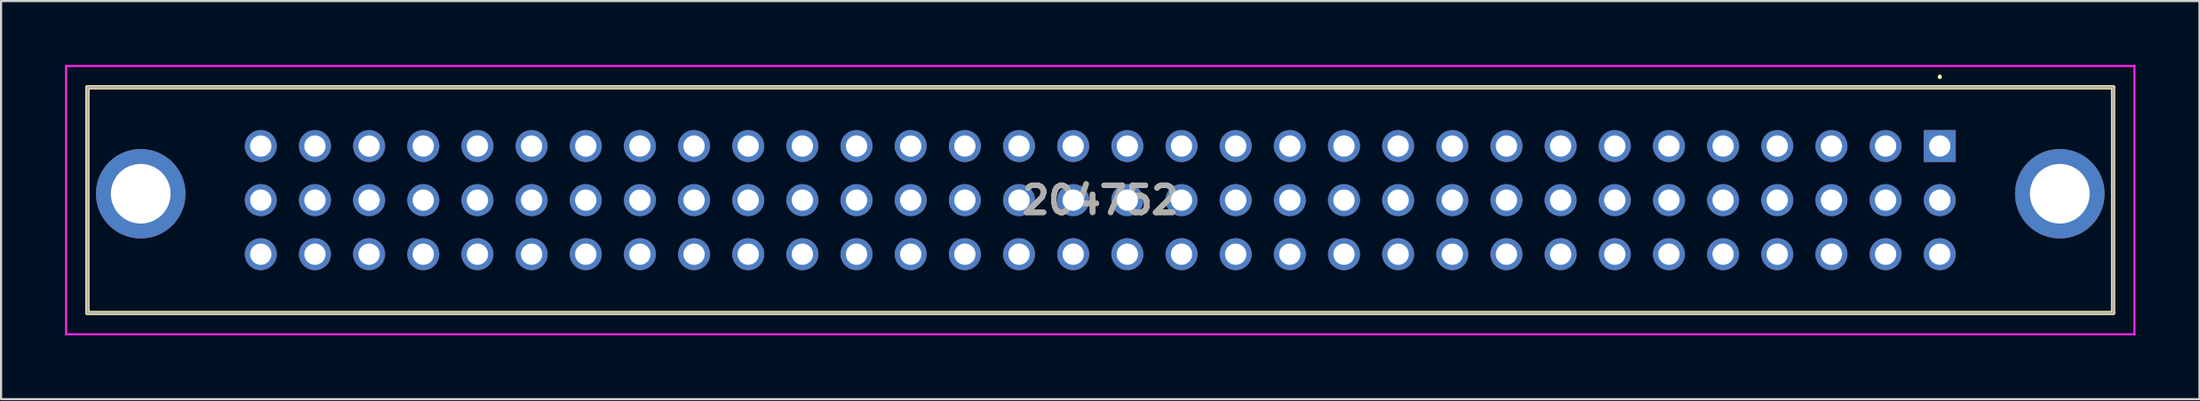
<source format=kicad_pcb>
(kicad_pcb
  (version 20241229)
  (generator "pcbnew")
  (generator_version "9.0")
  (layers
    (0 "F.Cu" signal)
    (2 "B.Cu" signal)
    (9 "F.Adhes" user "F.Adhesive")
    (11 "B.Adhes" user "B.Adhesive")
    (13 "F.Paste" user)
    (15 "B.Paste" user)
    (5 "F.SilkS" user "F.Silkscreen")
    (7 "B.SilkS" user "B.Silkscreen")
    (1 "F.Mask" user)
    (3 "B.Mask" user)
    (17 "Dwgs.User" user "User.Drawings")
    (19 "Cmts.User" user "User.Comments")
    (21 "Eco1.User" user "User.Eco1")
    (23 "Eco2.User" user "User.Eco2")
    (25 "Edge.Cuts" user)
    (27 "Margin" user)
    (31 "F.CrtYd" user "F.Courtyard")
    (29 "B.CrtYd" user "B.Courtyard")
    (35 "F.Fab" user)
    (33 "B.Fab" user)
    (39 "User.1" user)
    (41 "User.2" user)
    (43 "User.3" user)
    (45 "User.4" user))
  (footprint "204752"
    (layer "F.Cu")
    (at 87.92 3.81)
    (property "Reference" "204752" (at -39.37 2.54 0) (layer "F.SilkS") (effects (font (size 1.27 1.27) (thickness 0.254))))
    (attr through_hole)
    (fp_line (start -86.87 -2.76) (end 8.13 -2.76) (stroke (width 0.2) (type solid)) (layer "F.SilkS"))
    (fp_line (start -86.87 7.84) (end -86.87 -2.76) (stroke (width 0.2) (type solid)) (layer "F.SilkS"))
    (fp_line (start 0 -3.3) (end 0 -3.3) (stroke (width 0.1) (type solid)) (layer "F.SilkS"))
    (fp_line (start 0 -3.2) (end 0 -3.2) (stroke (width 0.1) (type solid)) (layer "F.SilkS"))
    (fp_line (start 8.13 -2.76) (end 8.13 7.84) (stroke (width 0.2) (type solid)) (layer "F.SilkS"))
    (fp_line (start 8.13 7.84) (end -86.87 7.84) (stroke (width 0.2) (type solid)) (layer "F.SilkS"))
    (fp_arc (start 0 -3.3) (mid 0.05 -3.25) (end 0 -3.2) (stroke (width 0.1) (type solid)) (layer "F.SilkS"))
    (fp_arc (start 0 -3.2) (mid -0.05 -3.25) (end 0 -3.3) (stroke (width 0.1) (type solid)) (layer "F.SilkS"))
    (fp_line (start -87.87 -3.76) (end 9.13 -3.76) (stroke (width 0.1) (type solid)) (layer "F.CrtYd"))
    (fp_line (start -87.87 8.84) (end -87.87 -3.76) (stroke (width 0.1) (type solid)) (layer "F.CrtYd"))
    (fp_line (start 9.13 -3.76) (end 9.13 8.84) (stroke (width 0.1) (type solid)) (layer "F.CrtYd"))
    (fp_line (start 9.13 8.84) (end -87.87 8.84) (stroke (width 0.1) (type solid)) (layer "F.CrtYd"))
    (fp_line (start -86.87 -2.76) (end 8.13 -2.76) (stroke (width 0.1) (type solid)) (layer "F.Fab"))
    (fp_line (start -86.87 7.84) (end -86.87 -2.76) (stroke (width 0.1) (type solid)) (layer "F.Fab"))
    (fp_line (start 8.13 -2.76) (end 8.13 7.84) (stroke (width 0.1) (type solid)) (layer "F.Fab"))
    (fp_line (start 8.13 7.84) (end -86.87 7.84) (stroke (width 0.1) (type solid)) (layer "F.Fab"))
    (fp_text user "${REFERENCE}" (at -39.37 2.54 0) (layer "F.Fab") (effects (font (size 1.27 1.27) (thickness 0.254))))
    (pad "A1" thru_hole rect (at 0 0) (size 1.5 1.5) (drill 1) (layers "*.Cu" "*.Mask"))
    (pad "A2" thru_hole circle (at -2.54 0) (size 1.5 1.5) (drill 1) (layers "*.Cu" "*.Mask"))
    (pad "A3" thru_hole circle (at -5.08 0) (size 1.5 1.5) (drill 1) (layers "*.Cu" "*.Mask"))
    (pad "A4" thru_hole circle (at -7.62 0) (size 1.5 1.5) (drill 1) (layers "*.Cu" "*.Mask"))
    (pad "A5" thru_hole circle (at -10.16 0) (size 1.5 1.5) (drill 1) (layers "*.Cu" "*.Mask"))
    (pad "A6" thru_hole circle (at -12.7 0) (size 1.5 1.5) (drill 1) (layers "*.Cu" "*.Mask"))
    (pad "A7" thru_hole circle (at -15.24 0) (size 1.5 1.5) (drill 1) (layers "*.Cu" "*.Mask"))
    (pad "A8" thru_hole circle (at -17.78 0) (size 1.5 1.5) (drill 1) (layers "*.Cu" "*.Mask"))
    (pad "A9" thru_hole circle (at -20.32 0) (size 1.5 1.5) (drill 1) (layers "*.Cu" "*.Mask"))
    (pad "A10" thru_hole circle (at -22.86 0) (size 1.5 1.5) (drill 1) (layers "*.Cu" "*.Mask"))
    (pad "A11" thru_hole circle (at -25.4 0) (size 1.5 1.5) (drill 1) (layers "*.Cu" "*.Mask"))
    (pad "A12" thru_hole circle (at -27.94 0) (size 1.5 1.5) (drill 1) (layers "*.Cu" "*.Mask"))
    (pad "A13" thru_hole circle (at -30.48 0) (size 1.5 1.5) (drill 1) (layers "*.Cu" "*.Mask"))
    (pad "A14" thru_hole circle (at -33.02 0) (size 1.5 1.5) (drill 1) (layers "*.Cu" "*.Mask"))
    (pad "A15" thru_hole circle (at -35.56 0) (size 1.5 1.5) (drill 1) (layers "*.Cu" "*.Mask"))
    (pad "A16" thru_hole circle (at -38.1 0) (size 1.5 1.5) (drill 1) (layers "*.Cu" "*.Mask"))
    (pad "A17" thru_hole circle (at -40.64 0) (size 1.5 1.5) (drill 1) (layers "*.Cu" "*.Mask"))
    (pad "A18" thru_hole circle (at -43.18 0) (size 1.5 1.5) (drill 1) (layers "*.Cu" "*.Mask"))
    (pad "A19" thru_hole circle (at -45.72 0) (size 1.5 1.5) (drill 1) (layers "*.Cu" "*.Mask"))
    (pad "A20" thru_hole circle (at -48.26 0) (size 1.5 1.5) (drill 1) (layers "*.Cu" "*.Mask"))
    (pad "A21" thru_hole circle (at -50.8 0) (size 1.5 1.5) (drill 1) (layers "*.Cu" "*.Mask"))
    (pad "A22" thru_hole circle (at -53.34 0) (size 1.5 1.5) (drill 1) (layers "*.Cu" "*.Mask"))
    (pad "A23" thru_hole circle (at -55.88 0) (size 1.5 1.5) (drill 1) (layers "*.Cu" "*.Mask"))
    (pad "A24" thru_hole circle (at -58.42 0) (size 1.5 1.5) (drill 1) (layers "*.Cu" "*.Mask"))
    (pad "A25" thru_hole circle (at -60.96 0) (size 1.5 1.5) (drill 1) (layers "*.Cu" "*.Mask"))
    (pad "A26" thru_hole circle (at -63.5 0) (size 1.5 1.5) (drill 1) (layers "*.Cu" "*.Mask"))
    (pad "A27" thru_hole circle (at -66.04 0) (size 1.5 1.5) (drill 1) (layers "*.Cu" "*.Mask"))
    (pad "A28" thru_hole circle (at -68.58 0) (size 1.5 1.5) (drill 1) (layers "*.Cu" "*.Mask"))
    (pad "A29" thru_hole circle (at -71.12 0) (size 1.5 1.5) (drill 1) (layers "*.Cu" "*.Mask"))
    (pad "A30" thru_hole circle (at -73.66 0) (size 1.5 1.5) (drill 1) (layers "*.Cu" "*.Mask"))
    (pad "A31" thru_hole circle (at -76.2 0) (size 1.5 1.5) (drill 1) (layers "*.Cu" "*.Mask"))
    (pad "A32" thru_hole circle (at -78.74 0) (size 1.5 1.5) (drill 1) (layers "*.Cu" "*.Mask"))
    (pad "B1" thru_hole circle (at 0 2.54) (size 1.5 1.5) (drill 1) (layers "*.Cu" "*.Mask"))
    (pad "B2" thru_hole circle (at -2.54 2.54) (size 1.5 1.5) (drill 1) (layers "*.Cu" "*.Mask"))
    (pad "B3" thru_hole circle (at -5.08 2.54) (size 1.5 1.5) (drill 1) (layers "*.Cu" "*.Mask"))
    (pad "B4" thru_hole circle (at -7.62 2.54) (size 1.5 1.5) (drill 1) (layers "*.Cu" "*.Mask"))
    (pad "B5" thru_hole circle (at -10.16 2.54) (size 1.5 1.5) (drill 1) (layers "*.Cu" "*.Mask"))
    (pad "B6" thru_hole circle (at -12.7 2.54) (size 1.5 1.5) (drill 1) (layers "*.Cu" "*.Mask"))
    (pad "B7" thru_hole circle (at -15.24 2.54) (size 1.5 1.5) (drill 1) (layers "*.Cu" "*.Mask"))
    (pad "B8" thru_hole circle (at -17.78 2.54) (size 1.5 1.5) (drill 1) (layers "*.Cu" "*.Mask"))
    (pad "B9" thru_hole circle (at -20.32 2.54) (size 1.5 1.5) (drill 1) (layers "*.Cu" "*.Mask"))
    (pad "B10" thru_hole circle (at -22.86 2.54) (size 1.5 1.5) (drill 1) (layers "*.Cu" "*.Mask"))
    (pad "B11" thru_hole circle (at -25.4 2.54) (size 1.5 1.5) (drill 1) (layers "*.Cu" "*.Mask"))
    (pad "B12" thru_hole circle (at -27.94 2.54) (size 1.5 1.5) (drill 1) (layers "*.Cu" "*.Mask"))
    (pad "B13" thru_hole circle (at -30.48 2.54) (size 1.5 1.5) (drill 1) (layers "*.Cu" "*.Mask"))
    (pad "B14" thru_hole circle (at -33.02 2.54) (size 1.5 1.5) (drill 1) (layers "*.Cu" "*.Mask"))
    (pad "B15" thru_hole circle (at -35.56 2.54) (size 1.5 1.5) (drill 1) (layers "*.Cu" "*.Mask"))
    (pad "B16" thru_hole circle (at -38.1 2.54) (size 1.5 1.5) (drill 1) (layers "*.Cu" "*.Mask"))
    (pad "B17" thru_hole circle (at -40.64 2.54) (size 1.5 1.5) (drill 1) (layers "*.Cu" "*.Mask"))
    (pad "B18" thru_hole circle (at -43.18 2.54) (size 1.5 1.5) (drill 1) (layers "*.Cu" "*.Mask"))
    (pad "B19" thru_hole circle (at -45.72 2.54) (size 1.5 1.5) (drill 1) (layers "*.Cu" "*.Mask"))
    (pad "B20" thru_hole circle (at -48.26 2.54) (size 1.5 1.5) (drill 1) (layers "*.Cu" "*.Mask"))
    (pad "B21" thru_hole circle (at -50.8 2.54) (size 1.5 1.5) (drill 1) (layers "*.Cu" "*.Mask"))
    (pad "B22" thru_hole circle (at -53.34 2.54) (size 1.5 1.5) (drill 1) (layers "*.Cu" "*.Mask"))
    (pad "B23" thru_hole circle (at -55.88 2.54) (size 1.5 1.5) (drill 1) (layers "*.Cu" "*.Mask"))
    (pad "B24" thru_hole circle (at -58.42 2.54) (size 1.5 1.5) (drill 1) (layers "*.Cu" "*.Mask"))
    (pad "B25" thru_hole circle (at -60.96 2.54) (size 1.5 1.5) (drill 1) (layers "*.Cu" "*.Mask"))
    (pad "B26" thru_hole circle (at -63.5 2.54) (size 1.5 1.5) (drill 1) (layers "*.Cu" "*.Mask"))
    (pad "B27" thru_hole circle (at -66.04 2.54) (size 1.5 1.5) (drill 1) (layers "*.Cu" "*.Mask"))
    (pad "B28" thru_hole circle (at -68.58 2.54) (size 1.5 1.5) (drill 1) (layers "*.Cu" "*.Mask"))
    (pad "B29" thru_hole circle (at -71.12 2.54) (size 1.5 1.5) (drill 1) (layers "*.Cu" "*.Mask"))
    (pad "B30" thru_hole circle (at -73.66 2.54) (size 1.5 1.5) (drill 1) (layers "*.Cu" "*.Mask"))
    (pad "B31" thru_hole circle (at -76.2 2.54) (size 1.5 1.5) (drill 1) (layers "*.Cu" "*.Mask"))
    (pad "B32" thru_hole circle (at -78.74 2.54) (size 1.5 1.5) (drill 1) (layers "*.Cu" "*.Mask"))
    (pad "C1" thru_hole circle (at 0 5.08) (size 1.5 1.5) (drill 1) (layers "*.Cu" "*.Mask"))
    (pad "C2" thru_hole circle (at -2.54 5.08) (size 1.5 1.5) (drill 1) (layers "*.Cu" "*.Mask"))
    (pad "C3" thru_hole circle (at -5.08 5.08) (size 1.5 1.5) (drill 1) (layers "*.Cu" "*.Mask"))
    (pad "C4" thru_hole circle (at -7.62 5.08) (size 1.5 1.5) (drill 1) (layers "*.Cu" "*.Mask"))
    (pad "C5" thru_hole circle (at -10.16 5.08) (size 1.5 1.5) (drill 1) (layers "*.Cu" "*.Mask"))
    (pad "C6" thru_hole circle (at -12.7 5.08) (size 1.5 1.5) (drill 1) (layers "*.Cu" "*.Mask"))
    (pad "C7" thru_hole circle (at -15.24 5.08) (size 1.5 1.5) (drill 1) (layers "*.Cu" "*.Mask"))
    (pad "C8" thru_hole circle (at -17.78 5.08) (size 1.5 1.5) (drill 1) (layers "*.Cu" "*.Mask"))
    (pad "C9" thru_hole circle (at -20.32 5.08) (size 1.5 1.5) (drill 1) (layers "*.Cu" "*.Mask"))
    (pad "C10" thru_hole circle (at -22.86 5.08) (size 1.5 1.5) (drill 1) (layers "*.Cu" "*.Mask"))
    (pad "C11" thru_hole circle (at -25.4 5.08) (size 1.5 1.5) (drill 1) (layers "*.Cu" "*.Mask"))
    (pad "C12" thru_hole circle (at -27.94 5.08) (size 1.5 1.5) (drill 1) (layers "*.Cu" "*.Mask"))
    (pad "C13" thru_hole circle (at -30.48 5.08) (size 1.5 1.5) (drill 1) (layers "*.Cu" "*.Mask"))
    (pad "C14" thru_hole circle (at -33.02 5.08) (size 1.5 1.5) (drill 1) (layers "*.Cu" "*.Mask"))
    (pad "C15" thru_hole circle (at -35.56 5.08) (size 1.5 1.5) (drill 1) (layers "*.Cu" "*.Mask"))
    (pad "C16" thru_hole circle (at -38.1 5.08) (size 1.5 1.5) (drill 1) (layers "*.Cu" "*.Mask"))
    (pad "C17" thru_hole circle (at -40.64 5.08) (size 1.5 1.5) (drill 1) (layers "*.Cu" "*.Mask"))
    (pad "C18" thru_hole circle (at -43.18 5.08) (size 1.5 1.5) (drill 1) (layers "*.Cu" "*.Mask"))
    (pad "C19" thru_hole circle (at -45.72 5.08) (size 1.5 1.5) (drill 1) (layers "*.Cu" "*.Mask"))
    (pad "C20" thru_hole circle (at -48.26 5.08) (size 1.5 1.5) (drill 1) (layers "*.Cu" "*.Mask"))
    (pad "C21" thru_hole circle (at -50.8 5.08) (size 1.5 1.5) (drill 1) (layers "*.Cu" "*.Mask"))
    (pad "C22" thru_hole circle (at -53.34 5.08) (size 1.5 1.5) (drill 1) (layers "*.Cu" "*.Mask"))
    (pad "C23" thru_hole circle (at -55.88 5.08) (size 1.5 1.5) (drill 1) (layers "*.Cu" "*.Mask"))
    (pad "C24" thru_hole circle (at -58.42 5.08) (size 1.5 1.5) (drill 1) (layers "*.Cu" "*.Mask"))
    (pad "C25" thru_hole circle (at -60.96 5.08) (size 1.5 1.5) (drill 1) (layers "*.Cu" "*.Mask"))
    (pad "C26" thru_hole circle (at -63.5 5.08) (size 1.5 1.5) (drill 1) (layers "*.Cu" "*.Mask"))
    (pad "C27" thru_hole circle (at -66.04 5.08) (size 1.5 1.5) (drill 1) (layers "*.Cu" "*.Mask"))
    (pad "C28" thru_hole circle (at -68.58 5.08) (size 1.5 1.5) (drill 1) (layers "*.Cu" "*.Mask"))
    (pad "C29" thru_hole circle (at -71.12 5.08) (size 1.5 1.5) (drill 1) (layers "*.Cu" "*.Mask"))
    (pad "C30" thru_hole circle (at -73.66 5.08) (size 1.5 1.5) (drill 1) (layers "*.Cu" "*.Mask"))
    (pad "C31" thru_hole circle (at -76.2 5.08) (size 1.5 1.5) (drill 1) (layers "*.Cu" "*.Mask"))
    (pad "C32" thru_hole circle (at -78.74 5.08) (size 1.5 1.5) (drill 1) (layers "*.Cu" "*.Mask"))
    (pad "MH1" thru_hole circle (at 5.63 2.24) (size 4.2 4.2) (drill 2.8) (layers "*.Cu" "*.Mask"))
    (pad "MH2" thru_hole circle (at -84.37 2.24) (size 4.2 4.2) (drill 2.8) (layers "*.Cu" "*.Mask")))
  (gr_rect
    (start -3 -3)
    (end 100.1 15.7)
    (stroke (width 0.1) (type default))
    (fill no)
    (layer "Edge.Cuts")))
</source>
